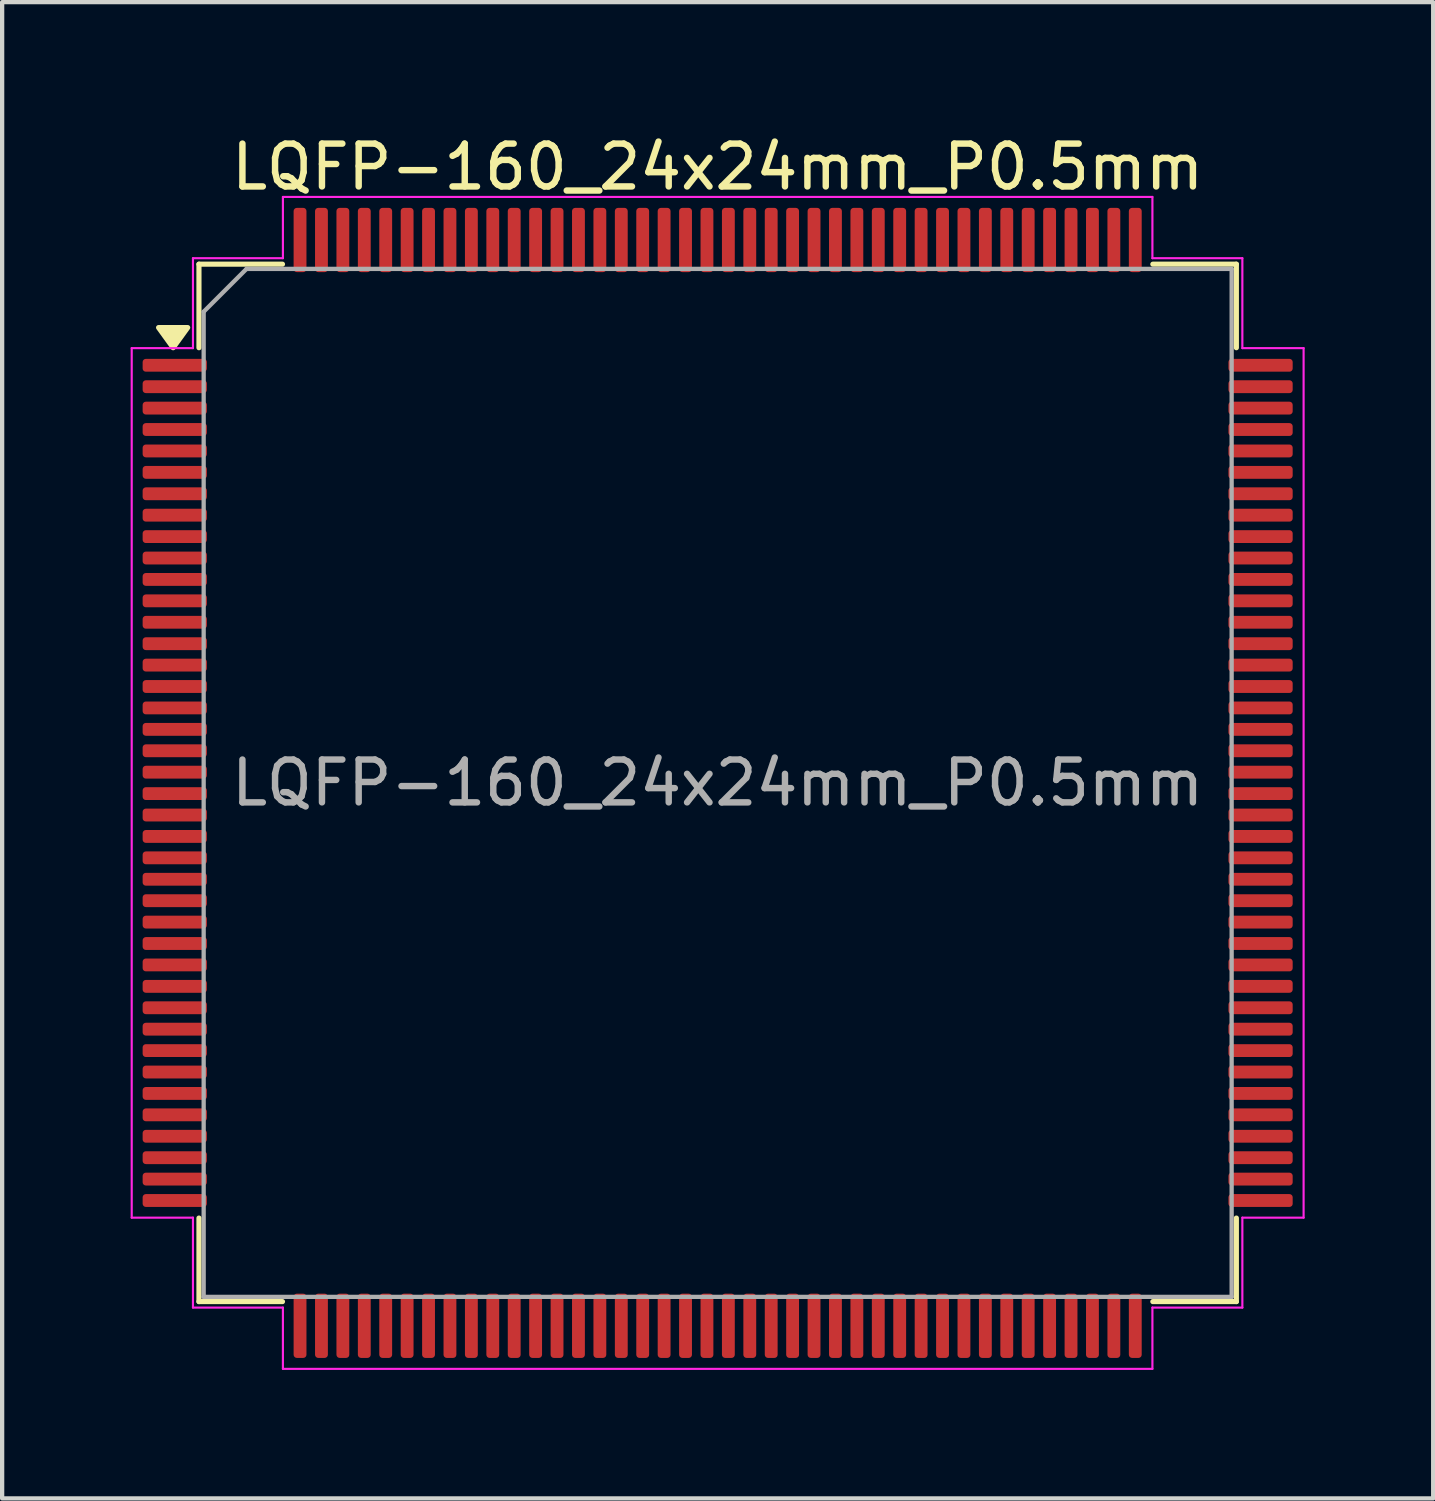
<source format=kicad_pcb>
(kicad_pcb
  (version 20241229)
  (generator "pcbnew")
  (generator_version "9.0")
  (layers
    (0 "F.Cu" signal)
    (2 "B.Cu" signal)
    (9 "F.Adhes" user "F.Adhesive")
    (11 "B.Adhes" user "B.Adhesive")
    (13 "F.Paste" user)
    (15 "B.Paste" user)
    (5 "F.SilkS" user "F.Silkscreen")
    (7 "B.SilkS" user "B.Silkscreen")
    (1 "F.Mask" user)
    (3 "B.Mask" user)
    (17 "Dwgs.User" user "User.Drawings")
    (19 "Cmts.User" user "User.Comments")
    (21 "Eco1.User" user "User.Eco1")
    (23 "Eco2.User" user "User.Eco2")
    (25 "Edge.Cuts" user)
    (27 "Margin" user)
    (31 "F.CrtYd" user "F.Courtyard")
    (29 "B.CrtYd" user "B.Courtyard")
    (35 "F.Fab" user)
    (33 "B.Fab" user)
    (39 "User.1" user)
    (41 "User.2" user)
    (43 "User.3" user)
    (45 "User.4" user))
  (footprint "LQFP-160_24x24mm_P0.5mm"
    (layer "F.Cu")
    (at 13.705 15.228)
    (property "Reference" "LQFP-160_24x24mm_P0.5mm" (at 0 -14.38 0) (layer "F.SilkS") (effects (font (size 1 1) (thickness 0.15))))
    (attr smd)
    (fp_line (start -12.11 -12.11) (end -12.11 -10.16) (stroke (width 0.12) (type solid)) (layer "F.SilkS"))
    (fp_line (start -12.11 12.11) (end -12.11 10.16) (stroke (width 0.12) (type solid)) (layer "F.SilkS"))
    (fp_line (start -10.16 -12.11) (end -12.11 -12.11) (stroke (width 0.12) (type solid)) (layer "F.SilkS"))
    (fp_line (start -10.16 12.11) (end -12.11 12.11) (stroke (width 0.12) (type solid)) (layer "F.SilkS"))
    (fp_line (start 10.16 -12.11) (end 12.11 -12.11) (stroke (width 0.12) (type solid)) (layer "F.SilkS"))
    (fp_line (start 10.16 12.11) (end 12.11 12.11) (stroke (width 0.12) (type solid)) (layer "F.SilkS"))
    (fp_line (start 12.11 -12.11) (end 12.11 -10.16) (stroke (width 0.12) (type solid)) (layer "F.SilkS"))
    (fp_line (start 12.11 12.11) (end 12.11 10.16) (stroke (width 0.12) (type solid)) (layer "F.SilkS"))
    (fp_poly (pts (xy -12.713 -10.16) (xy -13.053 -10.63) (xy -12.373 -10.63)) (stroke (width 0.12) (type solid)) (fill yes) (layer "F.SilkS"))
    (fp_line (start -13.68 -10.15) (end -12.25 -10.15) (stroke (width 0.05) (type solid)) (layer "F.CrtYd"))
    (fp_line (start -13.68 10.15) (end -13.68 -10.15) (stroke (width 0.05) (type solid)) (layer "F.CrtYd"))
    (fp_line (start -12.25 -12.25) (end -10.15 -12.25) (stroke (width 0.05) (type solid)) (layer "F.CrtYd"))
    (fp_line (start -12.25 -10.15) (end -12.25 -12.25) (stroke (width 0.05) (type solid)) (layer "F.CrtYd"))
    (fp_line (start -12.25 10.15) (end -13.68 10.15) (stroke (width 0.05) (type solid)) (layer "F.CrtYd"))
    (fp_line (start -12.25 12.25) (end -12.25 10.15) (stroke (width 0.05) (type solid)) (layer "F.CrtYd"))
    (fp_line (start -10.15 -13.68) (end 10.15 -13.68) (stroke (width 0.05) (type solid)) (layer "F.CrtYd"))
    (fp_line (start -10.15 -12.25) (end -10.15 -13.68) (stroke (width 0.05) (type solid)) (layer "F.CrtYd"))
    (fp_line (start -10.15 12.25) (end -12.25 12.25) (stroke (width 0.05) (type solid)) (layer "F.CrtYd"))
    (fp_line (start -10.15 13.68) (end -10.15 12.25) (stroke (width 0.05) (type solid)) (layer "F.CrtYd"))
    (fp_line (start 10.15 -13.68) (end 10.15 -12.25) (stroke (width 0.05) (type solid)) (layer "F.CrtYd"))
    (fp_line (start 10.15 -12.25) (end 12.25 -12.25) (stroke (width 0.05) (type solid)) (layer "F.CrtYd"))
    (fp_line (start 10.15 12.25) (end 10.15 13.68) (stroke (width 0.05) (type solid)) (layer "F.CrtYd"))
    (fp_line (start 10.15 13.68) (end -10.15 13.68) (stroke (width 0.05) (type solid)) (layer "F.CrtYd"))
    (fp_line (start 12.25 -12.25) (end 12.25 -10.15) (stroke (width 0.05) (type solid)) (layer "F.CrtYd"))
    (fp_line (start 12.25 -10.15) (end 13.68 -10.15) (stroke (width 0.05) (type solid)) (layer "F.CrtYd"))
    (fp_line (start 12.25 10.15) (end 12.25 12.25) (stroke (width 0.05) (type solid)) (layer "F.CrtYd"))
    (fp_line (start 12.25 12.25) (end 10.15 12.25) (stroke (width 0.05) (type solid)) (layer "F.CrtYd"))
    (fp_line (start 13.68 -10.15) (end 13.68 10.15) (stroke (width 0.05) (type solid)) (layer "F.CrtYd"))
    (fp_line (start 13.68 10.15) (end 12.25 10.15) (stroke (width 0.05) (type solid)) (layer "F.CrtYd"))
    (fp_line (start -12 -11) (end -11 -12) (stroke (width 0.1) (type solid)) (layer "F.Fab"))
    (fp_line (start -12 12) (end -12 -11) (stroke (width 0.1) (type solid)) (layer "F.Fab"))
    (fp_line (start -11 -12) (end 12 -12) (stroke (width 0.1) (type solid)) (layer "F.Fab"))
    (fp_line (start 12 -12) (end 12 12) (stroke (width 0.1) (type solid)) (layer "F.Fab"))
    (fp_line (start 12 12) (end -12 12) (stroke (width 0.1) (type solid)) (layer "F.Fab"))
    (fp_text user "${REFERENCE}" (at 0 0 0) (layer "F.Fab") (effects (font (size 1 1) (thickness 0.15))))
    (pad "1" smd roundrect (at -12.675 -9.75) (size 1.5 0.3) (layers "F.Cu" "F.Mask" "F.Paste") (roundrect_rratio 0.25))
    (pad "2" smd roundrect (at -12.675 -9.25) (size 1.5 0.3) (layers "F.Cu" "F.Mask" "F.Paste") (roundrect_rratio 0.25))
    (pad "3" smd roundrect (at -12.675 -8.75) (size 1.5 0.3) (layers "F.Cu" "F.Mask" "F.Paste") (roundrect_rratio 0.25))
    (pad "4" smd roundrect (at -12.675 -8.25) (size 1.5 0.3) (layers "F.Cu" "F.Mask" "F.Paste") (roundrect_rratio 0.25))
    (pad "5" smd roundrect (at -12.675 -7.75) (size 1.5 0.3) (layers "F.Cu" "F.Mask" "F.Paste") (roundrect_rratio 0.25))
    (pad "6" smd roundrect (at -12.675 -7.25) (size 1.5 0.3) (layers "F.Cu" "F.Mask" "F.Paste") (roundrect_rratio 0.25))
    (pad "7" smd roundrect (at -12.675 -6.75) (size 1.5 0.3) (layers "F.Cu" "F.Mask" "F.Paste") (roundrect_rratio 0.25))
    (pad "8" smd roundrect (at -12.675 -6.25) (size 1.5 0.3) (layers "F.Cu" "F.Mask" "F.Paste") (roundrect_rratio 0.25))
    (pad "9" smd roundrect (at -12.675 -5.75) (size 1.5 0.3) (layers "F.Cu" "F.Mask" "F.Paste") (roundrect_rratio 0.25))
    (pad "10" smd roundrect (at -12.675 -5.25) (size 1.5 0.3) (layers "F.Cu" "F.Mask" "F.Paste") (roundrect_rratio 0.25))
    (pad "11" smd roundrect (at -12.675 -4.75) (size 1.5 0.3) (layers "F.Cu" "F.Mask" "F.Paste") (roundrect_rratio 0.25))
    (pad "12" smd roundrect (at -12.675 -4.25) (size 1.5 0.3) (layers "F.Cu" "F.Mask" "F.Paste") (roundrect_rratio 0.25))
    (pad "13" smd roundrect (at -12.675 -3.75) (size 1.5 0.3) (layers "F.Cu" "F.Mask" "F.Paste") (roundrect_rratio 0.25))
    (pad "14" smd roundrect (at -12.675 -3.25) (size 1.5 0.3) (layers "F.Cu" "F.Mask" "F.Paste") (roundrect_rratio 0.25))
    (pad "15" smd roundrect (at -12.675 -2.75) (size 1.5 0.3) (layers "F.Cu" "F.Mask" "F.Paste") (roundrect_rratio 0.25))
    (pad "16" smd roundrect (at -12.675 -2.25) (size 1.5 0.3) (layers "F.Cu" "F.Mask" "F.Paste") (roundrect_rratio 0.25))
    (pad "17" smd roundrect (at -12.675 -1.75) (size 1.5 0.3) (layers "F.Cu" "F.Mask" "F.Paste") (roundrect_rratio 0.25))
    (pad "18" smd roundrect (at -12.675 -1.25) (size 1.5 0.3) (layers "F.Cu" "F.Mask" "F.Paste") (roundrect_rratio 0.25))
    (pad "19" smd roundrect (at -12.675 -0.75) (size 1.5 0.3) (layers "F.Cu" "F.Mask" "F.Paste") (roundrect_rratio 0.25))
    (pad "20" smd roundrect (at -12.675 -0.25) (size 1.5 0.3) (layers "F.Cu" "F.Mask" "F.Paste") (roundrect_rratio 0.25))
    (pad "21" smd roundrect (at -12.675 0.25) (size 1.5 0.3) (layers "F.Cu" "F.Mask" "F.Paste") (roundrect_rratio 0.25))
    (pad "22" smd roundrect (at -12.675 0.75) (size 1.5 0.3) (layers "F.Cu" "F.Mask" "F.Paste") (roundrect_rratio 0.25))
    (pad "23" smd roundrect (at -12.675 1.25) (size 1.5 0.3) (layers "F.Cu" "F.Mask" "F.Paste") (roundrect_rratio 0.25))
    (pad "24" smd roundrect (at -12.675 1.75) (size 1.5 0.3) (layers "F.Cu" "F.Mask" "F.Paste") (roundrect_rratio 0.25))
    (pad "25" smd roundrect (at -12.675 2.25) (size 1.5 0.3) (layers "F.Cu" "F.Mask" "F.Paste") (roundrect_rratio 0.25))
    (pad "26" smd roundrect (at -12.675 2.75) (size 1.5 0.3) (layers "F.Cu" "F.Mask" "F.Paste") (roundrect_rratio 0.25))
    (pad "27" smd roundrect (at -12.675 3.25) (size 1.5 0.3) (layers "F.Cu" "F.Mask" "F.Paste") (roundrect_rratio 0.25))
    (pad "28" smd roundrect (at -12.675 3.75) (size 1.5 0.3) (layers "F.Cu" "F.Mask" "F.Paste") (roundrect_rratio 0.25))
    (pad "29" smd roundrect (at -12.675 4.25) (size 1.5 0.3) (layers "F.Cu" "F.Mask" "F.Paste") (roundrect_rratio 0.25))
    (pad "30" smd roundrect (at -12.675 4.75) (size 1.5 0.3) (layers "F.Cu" "F.Mask" "F.Paste") (roundrect_rratio 0.25))
    (pad "31" smd roundrect (at -12.675 5.25) (size 1.5 0.3) (layers "F.Cu" "F.Mask" "F.Paste") (roundrect_rratio 0.25))
    (pad "32" smd roundrect (at -12.675 5.75) (size 1.5 0.3) (layers "F.Cu" "F.Mask" "F.Paste") (roundrect_rratio 0.25))
    (pad "33" smd roundrect (at -12.675 6.25) (size 1.5 0.3) (layers "F.Cu" "F.Mask" "F.Paste") (roundrect_rratio 0.25))
    (pad "34" smd roundrect (at -12.675 6.75) (size 1.5 0.3) (layers "F.Cu" "F.Mask" "F.Paste") (roundrect_rratio 0.25))
    (pad "35" smd roundrect (at -12.675 7.25) (size 1.5 0.3) (layers "F.Cu" "F.Mask" "F.Paste") (roundrect_rratio 0.25))
    (pad "36" smd roundrect (at -12.675 7.75) (size 1.5 0.3) (layers "F.Cu" "F.Mask" "F.Paste") (roundrect_rratio 0.25))
    (pad "37" smd roundrect (at -12.675 8.25) (size 1.5 0.3) (layers "F.Cu" "F.Mask" "F.Paste") (roundrect_rratio 0.25))
    (pad "38" smd roundrect (at -12.675 8.75) (size 1.5 0.3) (layers "F.Cu" "F.Mask" "F.Paste") (roundrect_rratio 0.25))
    (pad "39" smd roundrect (at -12.675 9.25) (size 1.5 0.3) (layers "F.Cu" "F.Mask" "F.Paste") (roundrect_rratio 0.25))
    (pad "40" smd roundrect (at -12.675 9.75) (size 1.5 0.3) (layers "F.Cu" "F.Mask" "F.Paste") (roundrect_rratio 0.25))
    (pad "41" smd roundrect (at -9.75 12.675) (size 0.3 1.5) (layers "F.Cu" "F.Mask" "F.Paste") (roundrect_rratio 0.25))
    (pad "42" smd roundrect (at -9.25 12.675) (size 0.3 1.5) (layers "F.Cu" "F.Mask" "F.Paste") (roundrect_rratio 0.25))
    (pad "43" smd roundrect (at -8.75 12.675) (size 0.3 1.5) (layers "F.Cu" "F.Mask" "F.Paste") (roundrect_rratio 0.25))
    (pad "44" smd roundrect (at -8.25 12.675) (size 0.3 1.5) (layers "F.Cu" "F.Mask" "F.Paste") (roundrect_rratio 0.25))
    (pad "45" smd roundrect (at -7.75 12.675) (size 0.3 1.5) (layers "F.Cu" "F.Mask" "F.Paste") (roundrect_rratio 0.25))
    (pad "46" smd roundrect (at -7.25 12.675) (size 0.3 1.5) (layers "F.Cu" "F.Mask" "F.Paste") (roundrect_rratio 0.25))
    (pad "47" smd roundrect (at -6.75 12.675) (size 0.3 1.5) (layers "F.Cu" "F.Mask" "F.Paste") (roundrect_rratio 0.25))
    (pad "48" smd roundrect (at -6.25 12.675) (size 0.3 1.5) (layers "F.Cu" "F.Mask" "F.Paste") (roundrect_rratio 0.25))
    (pad "49" smd roundrect (at -5.75 12.675) (size 0.3 1.5) (layers "F.Cu" "F.Mask" "F.Paste") (roundrect_rratio 0.25))
    (pad "50" smd roundrect (at -5.25 12.675) (size 0.3 1.5) (layers "F.Cu" "F.Mask" "F.Paste") (roundrect_rratio 0.25))
    (pad "51" smd roundrect (at -4.75 12.675) (size 0.3 1.5) (layers "F.Cu" "F.Mask" "F.Paste") (roundrect_rratio 0.25))
    (pad "52" smd roundrect (at -4.25 12.675) (size 0.3 1.5) (layers "F.Cu" "F.Mask" "F.Paste") (roundrect_rratio 0.25))
    (pad "53" smd roundrect (at -3.75 12.675) (size 0.3 1.5) (layers "F.Cu" "F.Mask" "F.Paste") (roundrect_rratio 0.25))
    (pad "54" smd roundrect (at -3.25 12.675) (size 0.3 1.5) (layers "F.Cu" "F.Mask" "F.Paste") (roundrect_rratio 0.25))
    (pad "55" smd roundrect (at -2.75 12.675) (size 0.3 1.5) (layers "F.Cu" "F.Mask" "F.Paste") (roundrect_rratio 0.25))
    (pad "56" smd roundrect (at -2.25 12.675) (size 0.3 1.5) (layers "F.Cu" "F.Mask" "F.Paste") (roundrect_rratio 0.25))
    (pad "57" smd roundrect (at -1.75 12.675) (size 0.3 1.5) (layers "F.Cu" "F.Mask" "F.Paste") (roundrect_rratio 0.25))
    (pad "58" smd roundrect (at -1.25 12.675) (size 0.3 1.5) (layers "F.Cu" "F.Mask" "F.Paste") (roundrect_rratio 0.25))
    (pad "59" smd roundrect (at -0.75 12.675) (size 0.3 1.5) (layers "F.Cu" "F.Mask" "F.Paste") (roundrect_rratio 0.25))
    (pad "60" smd roundrect (at -0.25 12.675) (size 0.3 1.5) (layers "F.Cu" "F.Mask" "F.Paste") (roundrect_rratio 0.25))
    (pad "61" smd roundrect (at 0.25 12.675) (size 0.3 1.5) (layers "F.Cu" "F.Mask" "F.Paste") (roundrect_rratio 0.25))
    (pad "62" smd roundrect (at 0.75 12.675) (size 0.3 1.5) (layers "F.Cu" "F.Mask" "F.Paste") (roundrect_rratio 0.25))
    (pad "63" smd roundrect (at 1.25 12.675) (size 0.3 1.5) (layers "F.Cu" "F.Mask" "F.Paste") (roundrect_rratio 0.25))
    (pad "64" smd roundrect (at 1.75 12.675) (size 0.3 1.5) (layers "F.Cu" "F.Mask" "F.Paste") (roundrect_rratio 0.25))
    (pad "65" smd roundrect (at 2.25 12.675) (size 0.3 1.5) (layers "F.Cu" "F.Mask" "F.Paste") (roundrect_rratio 0.25))
    (pad "66" smd roundrect (at 2.75 12.675) (size 0.3 1.5) (layers "F.Cu" "F.Mask" "F.Paste") (roundrect_rratio 0.25))
    (pad "67" smd roundrect (at 3.25 12.675) (size 0.3 1.5) (layers "F.Cu" "F.Mask" "F.Paste") (roundrect_rratio 0.25))
    (pad "68" smd roundrect (at 3.75 12.675) (size 0.3 1.5) (layers "F.Cu" "F.Mask" "F.Paste") (roundrect_rratio 0.25))
    (pad "69" smd roundrect (at 4.25 12.675) (size 0.3 1.5) (layers "F.Cu" "F.Mask" "F.Paste") (roundrect_rratio 0.25))
    (pad "70" smd roundrect (at 4.75 12.675) (size 0.3 1.5) (layers "F.Cu" "F.Mask" "F.Paste") (roundrect_rratio 0.25))
    (pad "71" smd roundrect (at 5.25 12.675) (size 0.3 1.5) (layers "F.Cu" "F.Mask" "F.Paste") (roundrect_rratio 0.25))
    (pad "72" smd roundrect (at 5.75 12.675) (size 0.3 1.5) (layers "F.Cu" "F.Mask" "F.Paste") (roundrect_rratio 0.25))
    (pad "73" smd roundrect (at 6.25 12.675) (size 0.3 1.5) (layers "F.Cu" "F.Mask" "F.Paste") (roundrect_rratio 0.25))
    (pad "74" smd roundrect (at 6.75 12.675) (size 0.3 1.5) (layers "F.Cu" "F.Mask" "F.Paste") (roundrect_rratio 0.25))
    (pad "75" smd roundrect (at 7.25 12.675) (size 0.3 1.5) (layers "F.Cu" "F.Mask" "F.Paste") (roundrect_rratio 0.25))
    (pad "76" smd roundrect (at 7.75 12.675) (size 0.3 1.5) (layers "F.Cu" "F.Mask" "F.Paste") (roundrect_rratio 0.25))
    (pad "77" smd roundrect (at 8.25 12.675) (size 0.3 1.5) (layers "F.Cu" "F.Mask" "F.Paste") (roundrect_rratio 0.25))
    (pad "78" smd roundrect (at 8.75 12.675) (size 0.3 1.5) (layers "F.Cu" "F.Mask" "F.Paste") (roundrect_rratio 0.25))
    (pad "79" smd roundrect (at 9.25 12.675) (size 0.3 1.5) (layers "F.Cu" "F.Mask" "F.Paste") (roundrect_rratio 0.25))
    (pad "80" smd roundrect (at 9.75 12.675) (size 0.3 1.5) (layers "F.Cu" "F.Mask" "F.Paste") (roundrect_rratio 0.25))
    (pad "81" smd roundrect (at 12.675 9.75) (size 1.5 0.3) (layers "F.Cu" "F.Mask" "F.Paste") (roundrect_rratio 0.25))
    (pad "82" smd roundrect (at 12.675 9.25) (size 1.5 0.3) (layers "F.Cu" "F.Mask" "F.Paste") (roundrect_rratio 0.25))
    (pad "83" smd roundrect (at 12.675 8.75) (size 1.5 0.3) (layers "F.Cu" "F.Mask" "F.Paste") (roundrect_rratio 0.25))
    (pad "84" smd roundrect (at 12.675 8.25) (size 1.5 0.3) (layers "F.Cu" "F.Mask" "F.Paste") (roundrect_rratio 0.25))
    (pad "85" smd roundrect (at 12.675 7.75) (size 1.5 0.3) (layers "F.Cu" "F.Mask" "F.Paste") (roundrect_rratio 0.25))
    (pad "86" smd roundrect (at 12.675 7.25) (size 1.5 0.3) (layers "F.Cu" "F.Mask" "F.Paste") (roundrect_rratio 0.25))
    (pad "87" smd roundrect (at 12.675 6.75) (size 1.5 0.3) (layers "F.Cu" "F.Mask" "F.Paste") (roundrect_rratio 0.25))
    (pad "88" smd roundrect (at 12.675 6.25) (size 1.5 0.3) (layers "F.Cu" "F.Mask" "F.Paste") (roundrect_rratio 0.25))
    (pad "89" smd roundrect (at 12.675 5.75) (size 1.5 0.3) (layers "F.Cu" "F.Mask" "F.Paste") (roundrect_rratio 0.25))
    (pad "90" smd roundrect (at 12.675 5.25) (size 1.5 0.3) (layers "F.Cu" "F.Mask" "F.Paste") (roundrect_rratio 0.25))
    (pad "91" smd roundrect (at 12.675 4.75) (size 1.5 0.3) (layers "F.Cu" "F.Mask" "F.Paste") (roundrect_rratio 0.25))
    (pad "92" smd roundrect (at 12.675 4.25) (size 1.5 0.3) (layers "F.Cu" "F.Mask" "F.Paste") (roundrect_rratio 0.25))
    (pad "93" smd roundrect (at 12.675 3.75) (size 1.5 0.3) (layers "F.Cu" "F.Mask" "F.Paste") (roundrect_rratio 0.25))
    (pad "94" smd roundrect (at 12.675 3.25) (size 1.5 0.3) (layers "F.Cu" "F.Mask" "F.Paste") (roundrect_rratio 0.25))
    (pad "95" smd roundrect (at 12.675 2.75) (size 1.5 0.3) (layers "F.Cu" "F.Mask" "F.Paste") (roundrect_rratio 0.25))
    (pad "96" smd roundrect (at 12.675 2.25) (size 1.5 0.3) (layers "F.Cu" "F.Mask" "F.Paste") (roundrect_rratio 0.25))
    (pad "97" smd roundrect (at 12.675 1.75) (size 1.5 0.3) (layers "F.Cu" "F.Mask" "F.Paste") (roundrect_rratio 0.25))
    (pad "98" smd roundrect (at 12.675 1.25) (size 1.5 0.3) (layers "F.Cu" "F.Mask" "F.Paste") (roundrect_rratio 0.25))
    (pad "99" smd roundrect (at 12.675 0.75) (size 1.5 0.3) (layers "F.Cu" "F.Mask" "F.Paste") (roundrect_rratio 0.25))
    (pad "100" smd roundrect (at 12.675 0.25) (size 1.5 0.3) (layers "F.Cu" "F.Mask" "F.Paste") (roundrect_rratio 0.25))
    (pad "101" smd roundrect (at 12.675 -0.25) (size 1.5 0.3) (layers "F.Cu" "F.Mask" "F.Paste") (roundrect_rratio 0.25))
    (pad "102" smd roundrect (at 12.675 -0.75) (size 1.5 0.3) (layers "F.Cu" "F.Mask" "F.Paste") (roundrect_rratio 0.25))
    (pad "103" smd roundrect (at 12.675 -1.25) (size 1.5 0.3) (layers "F.Cu" "F.Mask" "F.Paste") (roundrect_rratio 0.25))
    (pad "104" smd roundrect (at 12.675 -1.75) (size 1.5 0.3) (layers "F.Cu" "F.Mask" "F.Paste") (roundrect_rratio 0.25))
    (pad "105" smd roundrect (at 12.675 -2.25) (size 1.5 0.3) (layers "F.Cu" "F.Mask" "F.Paste") (roundrect_rratio 0.25))
    (pad "106" smd roundrect (at 12.675 -2.75) (size 1.5 0.3) (layers "F.Cu" "F.Mask" "F.Paste") (roundrect_rratio 0.25))
    (pad "107" smd roundrect (at 12.675 -3.25) (size 1.5 0.3) (layers "F.Cu" "F.Mask" "F.Paste") (roundrect_rratio 0.25))
    (pad "108" smd roundrect (at 12.675 -3.75) (size 1.5 0.3) (layers "F.Cu" "F.Mask" "F.Paste") (roundrect_rratio 0.25))
    (pad "109" smd roundrect (at 12.675 -4.25) (size 1.5 0.3) (layers "F.Cu" "F.Mask" "F.Paste") (roundrect_rratio 0.25))
    (pad "110" smd roundrect (at 12.675 -4.75) (size 1.5 0.3) (layers "F.Cu" "F.Mask" "F.Paste") (roundrect_rratio 0.25))
    (pad "111" smd roundrect (at 12.675 -5.25) (size 1.5 0.3) (layers "F.Cu" "F.Mask" "F.Paste") (roundrect_rratio 0.25))
    (pad "112" smd roundrect (at 12.675 -5.75) (size 1.5 0.3) (layers "F.Cu" "F.Mask" "F.Paste") (roundrect_rratio 0.25))
    (pad "113" smd roundrect (at 12.675 -6.25) (size 1.5 0.3) (layers "F.Cu" "F.Mask" "F.Paste") (roundrect_rratio 0.25))
    (pad "114" smd roundrect (at 12.675 -6.75) (size 1.5 0.3) (layers "F.Cu" "F.Mask" "F.Paste") (roundrect_rratio 0.25))
    (pad "115" smd roundrect (at 12.675 -7.25) (size 1.5 0.3) (layers "F.Cu" "F.Mask" "F.Paste") (roundrect_rratio 0.25))
    (pad "116" smd roundrect (at 12.675 -7.75) (size 1.5 0.3) (layers "F.Cu" "F.Mask" "F.Paste") (roundrect_rratio 0.25))
    (pad "117" smd roundrect (at 12.675 -8.25) (size 1.5 0.3) (layers "F.Cu" "F.Mask" "F.Paste") (roundrect_rratio 0.25))
    (pad "118" smd roundrect (at 12.675 -8.75) (size 1.5 0.3) (layers "F.Cu" "F.Mask" "F.Paste") (roundrect_rratio 0.25))
    (pad "119" smd roundrect (at 12.675 -9.25) (size 1.5 0.3) (layers "F.Cu" "F.Mask" "F.Paste") (roundrect_rratio 0.25))
    (pad "120" smd roundrect (at 12.675 -9.75) (size 1.5 0.3) (layers "F.Cu" "F.Mask" "F.Paste") (roundrect_rratio 0.25))
    (pad "121" smd roundrect (at 9.75 -12.675) (size 0.3 1.5) (layers "F.Cu" "F.Mask" "F.Paste") (roundrect_rratio 0.25))
    (pad "122" smd roundrect (at 9.25 -12.675) (size 0.3 1.5) (layers "F.Cu" "F.Mask" "F.Paste") (roundrect_rratio 0.25))
    (pad "123" smd roundrect (at 8.75 -12.675) (size 0.3 1.5) (layers "F.Cu" "F.Mask" "F.Paste") (roundrect_rratio 0.25))
    (pad "124" smd roundrect (at 8.25 -12.675) (size 0.3 1.5) (layers "F.Cu" "F.Mask" "F.Paste") (roundrect_rratio 0.25))
    (pad "125" smd roundrect (at 7.75 -12.675) (size 0.3 1.5) (layers "F.Cu" "F.Mask" "F.Paste") (roundrect_rratio 0.25))
    (pad "126" smd roundrect (at 7.25 -12.675) (size 0.3 1.5) (layers "F.Cu" "F.Mask" "F.Paste") (roundrect_rratio 0.25))
    (pad "127" smd roundrect (at 6.75 -12.675) (size 0.3 1.5) (layers "F.Cu" "F.Mask" "F.Paste") (roundrect_rratio 0.25))
    (pad "128" smd roundrect (at 6.25 -12.675) (size 0.3 1.5) (layers "F.Cu" "F.Mask" "F.Paste") (roundrect_rratio 0.25))
    (pad "129" smd roundrect (at 5.75 -12.675) (size 0.3 1.5) (layers "F.Cu" "F.Mask" "F.Paste") (roundrect_rratio 0.25))
    (pad "130" smd roundrect (at 5.25 -12.675) (size 0.3 1.5) (layers "F.Cu" "F.Mask" "F.Paste") (roundrect_rratio 0.25))
    (pad "131" smd roundrect (at 4.75 -12.675) (size 0.3 1.5) (layers "F.Cu" "F.Mask" "F.Paste") (roundrect_rratio 0.25))
    (pad "132" smd roundrect (at 4.25 -12.675) (size 0.3 1.5) (layers "F.Cu" "F.Mask" "F.Paste") (roundrect_rratio 0.25))
    (pad "133" smd roundrect (at 3.75 -12.675) (size 0.3 1.5) (layers "F.Cu" "F.Mask" "F.Paste") (roundrect_rratio 0.25))
    (pad "134" smd roundrect (at 3.25 -12.675) (size 0.3 1.5) (layers "F.Cu" "F.Mask" "F.Paste") (roundrect_rratio 0.25))
    (pad "135" smd roundrect (at 2.75 -12.675) (size 0.3 1.5) (layers "F.Cu" "F.Mask" "F.Paste") (roundrect_rratio 0.25))
    (pad "136" smd roundrect (at 2.25 -12.675) (size 0.3 1.5) (layers "F.Cu" "F.Mask" "F.Paste") (roundrect_rratio 0.25))
    (pad "137" smd roundrect (at 1.75 -12.675) (size 0.3 1.5) (layers "F.Cu" "F.Mask" "F.Paste") (roundrect_rratio 0.25))
    (pad "138" smd roundrect (at 1.25 -12.675) (size 0.3 1.5) (layers "F.Cu" "F.Mask" "F.Paste") (roundrect_rratio 0.25))
    (pad "139" smd roundrect (at 0.75 -12.675) (size 0.3 1.5) (layers "F.Cu" "F.Mask" "F.Paste") (roundrect_rratio 0.25))
    (pad "140" smd roundrect (at 0.25 -12.675) (size 0.3 1.5) (layers "F.Cu" "F.Mask" "F.Paste") (roundrect_rratio 0.25))
    (pad "141" smd roundrect (at -0.25 -12.675) (size 0.3 1.5) (layers "F.Cu" "F.Mask" "F.Paste") (roundrect_rratio 0.25))
    (pad "142" smd roundrect (at -0.75 -12.675) (size 0.3 1.5) (layers "F.Cu" "F.Mask" "F.Paste") (roundrect_rratio 0.25))
    (pad "143" smd roundrect (at -1.25 -12.675) (size 0.3 1.5) (layers "F.Cu" "F.Mask" "F.Paste") (roundrect_rratio 0.25))
    (pad "144" smd roundrect (at -1.75 -12.675) (size 0.3 1.5) (layers "F.Cu" "F.Mask" "F.Paste") (roundrect_rratio 0.25))
    (pad "145" smd roundrect (at -2.25 -12.675) (size 0.3 1.5) (layers "F.Cu" "F.Mask" "F.Paste") (roundrect_rratio 0.25))
    (pad "146" smd roundrect (at -2.75 -12.675) (size 0.3 1.5) (layers "F.Cu" "F.Mask" "F.Paste") (roundrect_rratio 0.25))
    (pad "147" smd roundrect (at -3.25 -12.675) (size 0.3 1.5) (layers "F.Cu" "F.Mask" "F.Paste") (roundrect_rratio 0.25))
    (pad "148" smd roundrect (at -3.75 -12.675) (size 0.3 1.5) (layers "F.Cu" "F.Mask" "F.Paste") (roundrect_rratio 0.25))
    (pad "149" smd roundrect (at -4.25 -12.675) (size 0.3 1.5) (layers "F.Cu" "F.Mask" "F.Paste") (roundrect_rratio 0.25))
    (pad "150" smd roundrect (at -4.75 -12.675) (size 0.3 1.5) (layers "F.Cu" "F.Mask" "F.Paste") (roundrect_rratio 0.25))
    (pad "151" smd roundrect (at -5.25 -12.675) (size 0.3 1.5) (layers "F.Cu" "F.Mask" "F.Paste") (roundrect_rratio 0.25))
    (pad "152" smd roundrect (at -5.75 -12.675) (size 0.3 1.5) (layers "F.Cu" "F.Mask" "F.Paste") (roundrect_rratio 0.25))
    (pad "153" smd roundrect (at -6.25 -12.675) (size 0.3 1.5) (layers "F.Cu" "F.Mask" "F.Paste") (roundrect_rratio 0.25))
    (pad "154" smd roundrect (at -6.75 -12.675) (size 0.3 1.5) (layers "F.Cu" "F.Mask" "F.Paste") (roundrect_rratio 0.25))
    (pad "155" smd roundrect (at -7.25 -12.675) (size 0.3 1.5) (layers "F.Cu" "F.Mask" "F.Paste") (roundrect_rratio 0.25))
    (pad "156" smd roundrect (at -7.75 -12.675) (size 0.3 1.5) (layers "F.Cu" "F.Mask" "F.Paste") (roundrect_rratio 0.25))
    (pad "157" smd roundrect (at -8.25 -12.675) (size 0.3 1.5) (layers "F.Cu" "F.Mask" "F.Paste") (roundrect_rratio 0.25))
    (pad "158" smd roundrect (at -8.75 -12.675) (size 0.3 1.5) (layers "F.Cu" "F.Mask" "F.Paste") (roundrect_rratio 0.25))
    (pad "159" smd roundrect (at -9.25 -12.675) (size 0.3 1.5) (layers "F.Cu" "F.Mask" "F.Paste") (roundrect_rratio 0.25))
    (pad "160" smd roundrect (at -9.75 -12.675) (size 0.3 1.5) (layers "F.Cu" "F.Mask" "F.Paste") (roundrect_rratio 0.25)))
  (gr_rect
    (start -3 -3)
    (end 30.41 31.933)
    (stroke (width 0.1) (type default))
    (fill no)
    (layer "Edge.Cuts")))
</source>
